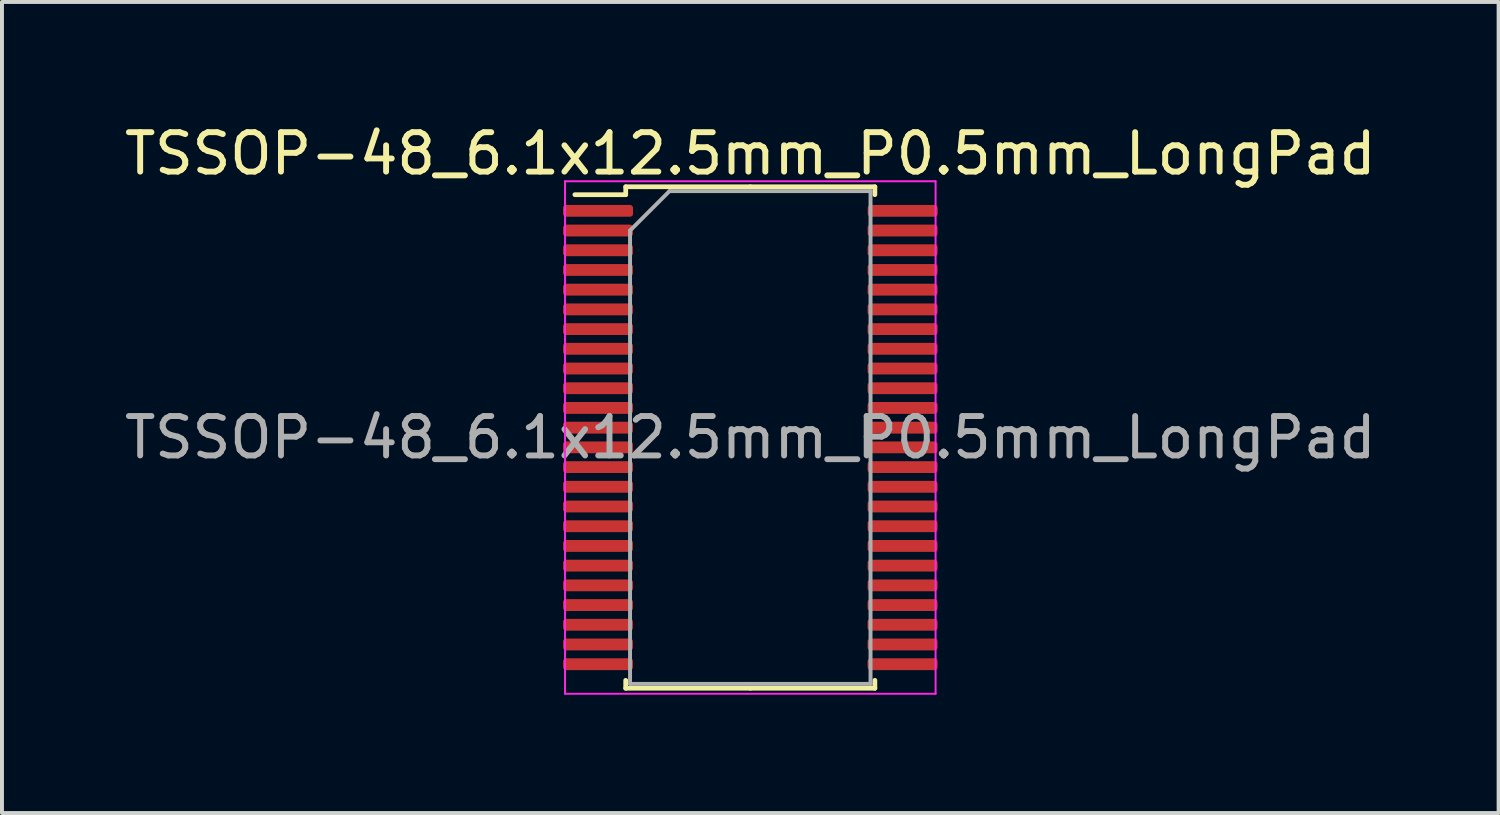
<source format=kicad_pcb>
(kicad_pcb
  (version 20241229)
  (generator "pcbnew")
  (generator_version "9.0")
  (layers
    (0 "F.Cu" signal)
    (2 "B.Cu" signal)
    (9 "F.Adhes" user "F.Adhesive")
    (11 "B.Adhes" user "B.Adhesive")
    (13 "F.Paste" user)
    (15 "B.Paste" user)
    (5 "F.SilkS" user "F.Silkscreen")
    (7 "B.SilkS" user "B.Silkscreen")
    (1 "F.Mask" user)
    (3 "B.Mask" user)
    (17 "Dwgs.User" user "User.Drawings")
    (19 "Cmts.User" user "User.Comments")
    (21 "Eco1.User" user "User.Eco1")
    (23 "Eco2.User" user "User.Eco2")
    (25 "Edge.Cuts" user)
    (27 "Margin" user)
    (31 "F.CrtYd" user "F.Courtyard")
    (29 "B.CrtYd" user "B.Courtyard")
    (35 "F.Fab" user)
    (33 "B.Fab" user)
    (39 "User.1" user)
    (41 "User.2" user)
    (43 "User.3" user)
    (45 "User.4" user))
  (footprint "TSSOP-48_6.1x12.5mm_P0.5mm_LongPad"
    (layer "F.Cu")
    (at 15.982 8.048)
    (property "Reference" "TSSOP-48_6.1x12.5mm_P0.5mm_LongPad" (at 0 -7.2 0) (layer "F.SilkS") (effects (font (size 1 1) (thickness 0.15))))
    (attr smd)
    (fp_line (start -3.16 -6.36) (end -3.16 -6.16) (stroke (width 0.12) (type solid)) (layer "F.SilkS"))
    (fp_line (start -3.16 -6.16) (end -4.45 -6.16) (stroke (width 0.12) (type solid)) (layer "F.SilkS"))
    (fp_line (start -3.16 6.36) (end -3.16 6.16) (stroke (width 0.12) (type solid)) (layer "F.SilkS"))
    (fp_line (start 0 -6.36) (end -3.16 -6.36) (stroke (width 0.12) (type solid)) (layer "F.SilkS"))
    (fp_line (start 0 -6.36) (end 3.16 -6.36) (stroke (width 0.12) (type solid)) (layer "F.SilkS"))
    (fp_line (start 0 6.36) (end -3.16 6.36) (stroke (width 0.12) (type solid)) (layer "F.SilkS"))
    (fp_line (start 0 6.36) (end 3.16 6.36) (stroke (width 0.12) (type solid)) (layer "F.SilkS"))
    (fp_line (start 3.16 -6.36) (end 3.16 -6.16) (stroke (width 0.12) (type solid)) (layer "F.SilkS"))
    (fp_line (start 3.16 6.36) (end 3.16 6.16) (stroke (width 0.12) (type solid)) (layer "F.SilkS"))
    (fp_line (start -4.7 -6.5) (end -4.7 6.5) (stroke (width 0.05) (type solid)) (layer "F.CrtYd"))
    (fp_line (start -4.7 6.5) (end 4.7 6.5) (stroke (width 0.05) (type solid)) (layer "F.CrtYd"))
    (fp_line (start 4.7 -6.5) (end -4.7 -6.5) (stroke (width 0.05) (type solid)) (layer "F.CrtYd"))
    (fp_line (start 4.7 6.5) (end 4.7 -6.5) (stroke (width 0.05) (type solid)) (layer "F.CrtYd"))
    (fp_line (start -3.05 -5.25) (end -2.05 -6.25) (stroke (width 0.1) (type solid)) (layer "F.Fab"))
    (fp_line (start -3.05 6.25) (end -3.05 -5.25) (stroke (width 0.1) (type solid)) (layer "F.Fab"))
    (fp_line (start -2.05 -6.25) (end 3.05 -6.25) (stroke (width 0.1) (type solid)) (layer "F.Fab"))
    (fp_line (start 3.05 -6.25) (end 3.05 6.25) (stroke (width 0.1) (type solid)) (layer "F.Fab"))
    (fp_line (start 3.05 6.25) (end -3.05 6.25) (stroke (width 0.1) (type solid)) (layer "F.Fab"))
    (fp_text user "${REFERENCE}" (at 0 0 0) (layer "F.Fab") (effects (font (size 1 1) (thickness 0.15))))
    (pad "1" smd roundrect (at -3.862 -5.75) (size 1.775 0.3) (layers "F.Cu" "F.Mask" "F.Paste") (roundrect_rratio 0.25))
    (pad "2" smd roundrect (at -3.862 -5.25) (size 1.775 0.3) (layers "F.Cu" "F.Mask" "F.Paste") (roundrect_rratio 0.25))
    (pad "3" smd roundrect (at -3.862 -4.75) (size 1.775 0.3) (layers "F.Cu" "F.Mask" "F.Paste") (roundrect_rratio 0.25))
    (pad "4" smd roundrect (at -3.862 -4.25) (size 1.775 0.3) (layers "F.Cu" "F.Mask" "F.Paste") (roundrect_rratio 0.25))
    (pad "5" smd roundrect (at -3.862 -3.75) (size 1.775 0.3) (layers "F.Cu" "F.Mask" "F.Paste") (roundrect_rratio 0.25))
    (pad "6" smd roundrect (at -3.862 -3.25) (size 1.775 0.3) (layers "F.Cu" "F.Mask" "F.Paste") (roundrect_rratio 0.25))
    (pad "7" smd roundrect (at -3.862 -2.75) (size 1.775 0.3) (layers "F.Cu" "F.Mask" "F.Paste") (roundrect_rratio 0.25))
    (pad "8" smd roundrect (at -3.862 -2.25) (size 1.775 0.3) (layers "F.Cu" "F.Mask" "F.Paste") (roundrect_rratio 0.25))
    (pad "9" smd roundrect (at -3.862 -1.75) (size 1.775 0.3) (layers "F.Cu" "F.Mask" "F.Paste") (roundrect_rratio 0.25))
    (pad "10" smd roundrect (at -3.862 -1.25) (size 1.775 0.3) (layers "F.Cu" "F.Mask" "F.Paste") (roundrect_rratio 0.25))
    (pad "11" smd roundrect (at -3.862 -0.75) (size 1.775 0.3) (layers "F.Cu" "F.Mask" "F.Paste") (roundrect_rratio 0.25))
    (pad "12" smd roundrect (at -3.862 -0.25) (size 1.775 0.3) (layers "F.Cu" "F.Mask" "F.Paste") (roundrect_rratio 0.25))
    (pad "13" smd roundrect (at -3.862 0.25) (size 1.775 0.3) (layers "F.Cu" "F.Mask" "F.Paste") (roundrect_rratio 0.25))
    (pad "14" smd roundrect (at -3.862 0.75) (size 1.775 0.3) (layers "F.Cu" "F.Mask" "F.Paste") (roundrect_rratio 0.25))
    (pad "15" smd roundrect (at -3.862 1.25) (size 1.775 0.3) (layers "F.Cu" "F.Mask" "F.Paste") (roundrect_rratio 0.25))
    (pad "16" smd roundrect (at -3.862 1.75) (size 1.775 0.3) (layers "F.Cu" "F.Mask" "F.Paste") (roundrect_rratio 0.25))
    (pad "17" smd roundrect (at -3.862 2.25) (size 1.775 0.3) (layers "F.Cu" "F.Mask" "F.Paste") (roundrect_rratio 0.25))
    (pad "18" smd roundrect (at -3.862 2.75) (size 1.775 0.3) (layers "F.Cu" "F.Mask" "F.Paste") (roundrect_rratio 0.25))
    (pad "19" smd roundrect (at -3.862 3.25) (size 1.775 0.3) (layers "F.Cu" "F.Mask" "F.Paste") (roundrect_rratio 0.25))
    (pad "20" smd roundrect (at -3.862 3.75) (size 1.775 0.3) (layers "F.Cu" "F.Mask" "F.Paste") (roundrect_rratio 0.25))
    (pad "21" smd roundrect (at -3.862 4.25) (size 1.775 0.3) (layers "F.Cu" "F.Mask" "F.Paste") (roundrect_rratio 0.25))
    (pad "22" smd roundrect (at -3.862 4.75) (size 1.775 0.3) (layers "F.Cu" "F.Mask" "F.Paste") (roundrect_rratio 0.25))
    (pad "23" smd roundrect (at -3.862 5.25) (size 1.775 0.3) (layers "F.Cu" "F.Mask" "F.Paste") (roundrect_rratio 0.25))
    (pad "24" smd roundrect (at -3.862 5.75) (size 1.775 0.3) (layers "F.Cu" "F.Mask" "F.Paste") (roundrect_rratio 0.25))
    (pad "25" smd roundrect (at 3.862 5.75) (size 1.775 0.3) (layers "F.Cu" "F.Mask" "F.Paste") (roundrect_rratio 0.25))
    (pad "26" smd roundrect (at 3.862 5.25) (size 1.775 0.3) (layers "F.Cu" "F.Mask" "F.Paste") (roundrect_rratio 0.25))
    (pad "27" smd roundrect (at 3.862 4.75) (size 1.775 0.3) (layers "F.Cu" "F.Mask" "F.Paste") (roundrect_rratio 0.25))
    (pad "28" smd roundrect (at 3.862 4.25) (size 1.775 0.3) (layers "F.Cu" "F.Mask" "F.Paste") (roundrect_rratio 0.25))
    (pad "29" smd roundrect (at 3.862 3.75) (size 1.775 0.3) (layers "F.Cu" "F.Mask" "F.Paste") (roundrect_rratio 0.25))
    (pad "30" smd roundrect (at 3.862 3.25) (size 1.775 0.3) (layers "F.Cu" "F.Mask" "F.Paste") (roundrect_rratio 0.25))
    (pad "31" smd roundrect (at 3.862 2.75) (size 1.775 0.3) (layers "F.Cu" "F.Mask" "F.Paste") (roundrect_rratio 0.25))
    (pad "32" smd roundrect (at 3.862 2.25) (size 1.775 0.3) (layers "F.Cu" "F.Mask" "F.Paste") (roundrect_rratio 0.25))
    (pad "33" smd roundrect (at 3.862 1.75) (size 1.775 0.3) (layers "F.Cu" "F.Mask" "F.Paste") (roundrect_rratio 0.25))
    (pad "34" smd roundrect (at 3.862 1.25) (size 1.775 0.3) (layers "F.Cu" "F.Mask" "F.Paste") (roundrect_rratio 0.25))
    (pad "35" smd roundrect (at 3.862 0.75) (size 1.775 0.3) (layers "F.Cu" "F.Mask" "F.Paste") (roundrect_rratio 0.25))
    (pad "36" smd roundrect (at 3.862 0.25) (size 1.775 0.3) (layers "F.Cu" "F.Mask" "F.Paste") (roundrect_rratio 0.25))
    (pad "37" smd roundrect (at 3.862 -0.25) (size 1.775 0.3) (layers "F.Cu" "F.Mask" "F.Paste") (roundrect_rratio 0.25))
    (pad "38" smd roundrect (at 3.862 -0.75) (size 1.775 0.3) (layers "F.Cu" "F.Mask" "F.Paste") (roundrect_rratio 0.25))
    (pad "39" smd roundrect (at 3.862 -1.25) (size 1.775 0.3) (layers "F.Cu" "F.Mask" "F.Paste") (roundrect_rratio 0.25))
    (pad "40" smd roundrect (at 3.862 -1.75) (size 1.775 0.3) (layers "F.Cu" "F.Mask" "F.Paste") (roundrect_rratio 0.25))
    (pad "41" smd roundrect (at 3.862 -2.25) (size 1.775 0.3) (layers "F.Cu" "F.Mask" "F.Paste") (roundrect_rratio 0.25))
    (pad "42" smd roundrect (at 3.862 -2.75) (size 1.775 0.3) (layers "F.Cu" "F.Mask" "F.Paste") (roundrect_rratio 0.25))
    (pad "43" smd roundrect (at 3.862 -3.25) (size 1.775 0.3) (layers "F.Cu" "F.Mask" "F.Paste") (roundrect_rratio 0.25))
    (pad "44" smd roundrect (at 3.862 -3.75) (size 1.775 0.3) (layers "F.Cu" "F.Mask" "F.Paste") (roundrect_rratio 0.25))
    (pad "45" smd roundrect (at 3.862 -4.25) (size 1.775 0.3) (layers "F.Cu" "F.Mask" "F.Paste") (roundrect_rratio 0.25))
    (pad "46" smd roundrect (at 3.862 -4.75) (size 1.775 0.3) (layers "F.Cu" "F.Mask" "F.Paste") (roundrect_rratio 0.25))
    (pad "47" smd roundrect (at 3.862 -5.25) (size 1.775 0.3) (layers "F.Cu" "F.Mask" "F.Paste") (roundrect_rratio 0.25))
    (pad "48" smd roundrect (at 3.865 -5.75) (size 1.775 0.3) (layers "F.Cu" "F.Mask" "F.Paste") (roundrect_rratio 0.25)))
  (gr_rect
    (start -3 -3)
    (end 34.964 17.573)
    (stroke (width 0.1) (type default))
    (fill no)
    (layer "Edge.Cuts")))
</source>
